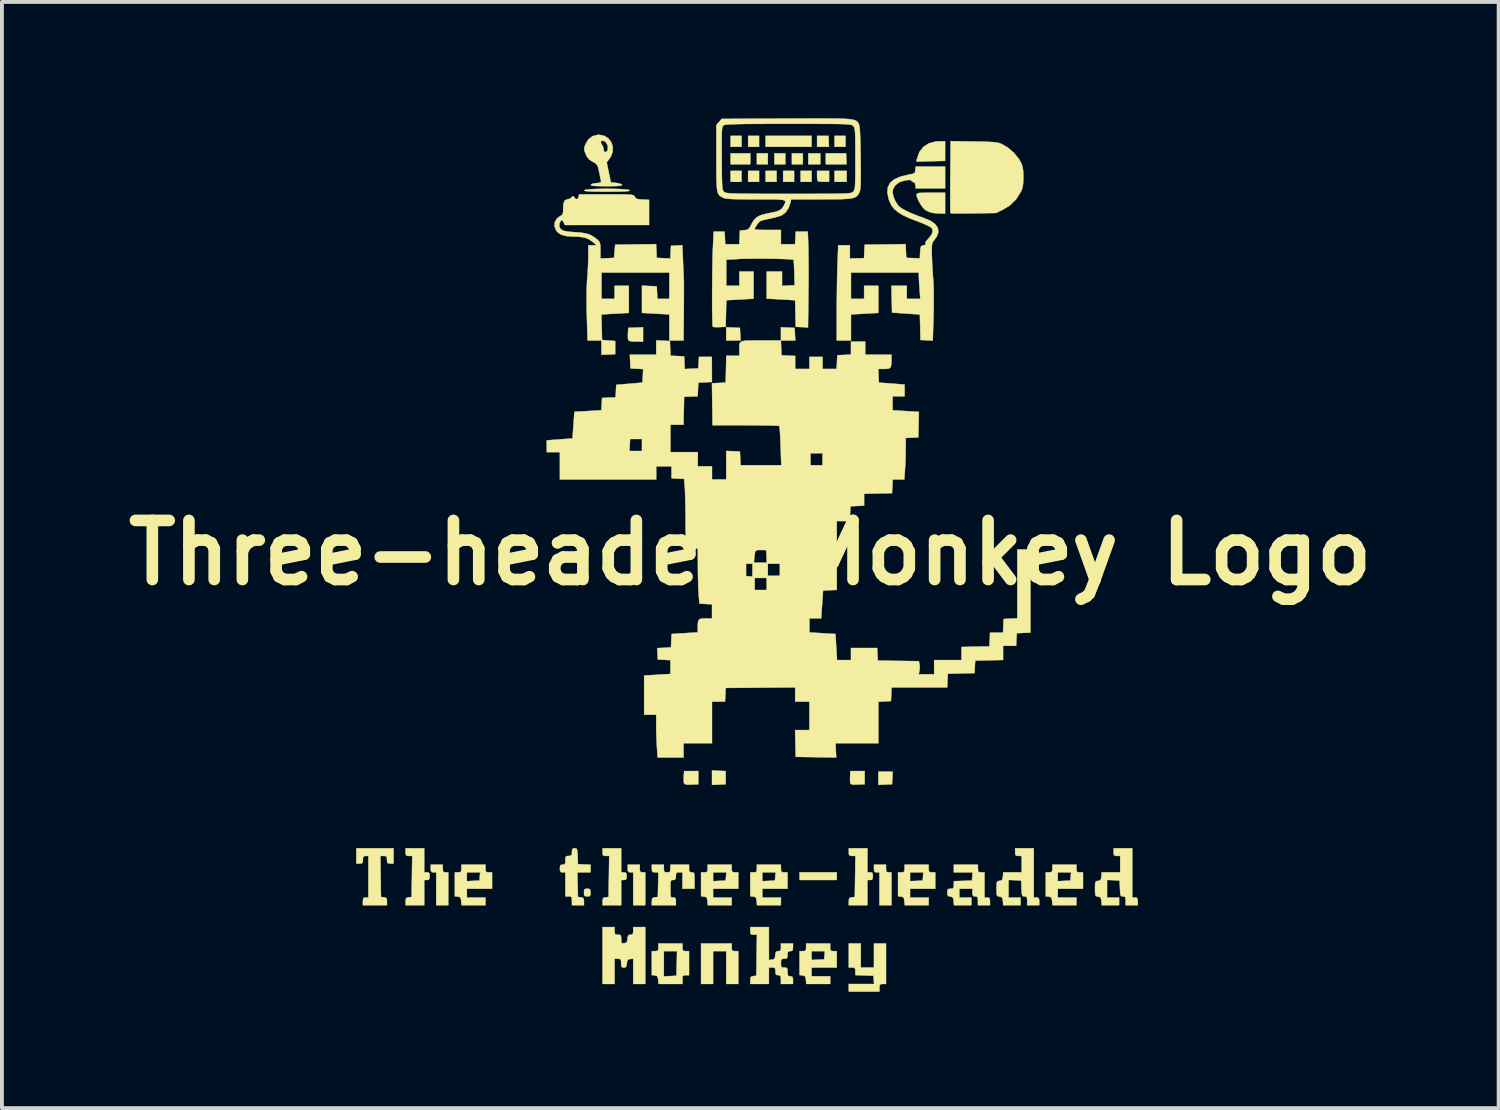
<source format=kicad_pcb>
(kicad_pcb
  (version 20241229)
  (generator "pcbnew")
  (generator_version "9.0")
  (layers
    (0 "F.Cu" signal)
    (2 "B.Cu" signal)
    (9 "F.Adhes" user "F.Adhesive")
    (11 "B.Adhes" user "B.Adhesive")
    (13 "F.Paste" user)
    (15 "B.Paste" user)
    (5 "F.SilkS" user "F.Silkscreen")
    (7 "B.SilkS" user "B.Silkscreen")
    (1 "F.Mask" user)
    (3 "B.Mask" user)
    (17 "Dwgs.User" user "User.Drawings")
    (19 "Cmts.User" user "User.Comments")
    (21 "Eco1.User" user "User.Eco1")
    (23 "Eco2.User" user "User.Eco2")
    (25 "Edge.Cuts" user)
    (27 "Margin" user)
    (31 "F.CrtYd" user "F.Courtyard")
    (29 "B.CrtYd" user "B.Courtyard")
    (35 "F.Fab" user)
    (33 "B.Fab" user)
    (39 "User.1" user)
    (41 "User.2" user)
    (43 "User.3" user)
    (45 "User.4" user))
  (footprint "Three-headed Monkey Logo"
    (layer "F.Cu")
    (at 16.3 11.206)
    (property "Reference" "Three-headed Monkey Logo" (at 0 0 0) (layer "F.SilkS") (effects (font (size 1.524 1.524) (thickness 0.3))))
    (attr through_hole)
    (fp_poly (pts (xy -0.226 -10.47) (xy -0.508 -10.47) (xy -0.508 -10.753) (xy -0.226 -10.753) (xy -0.226 -10.47)) (stroke (width 0.01) (type solid)) (fill yes) (layer "F.SilkS"))
    (fp_poly (pts (xy -0.226 -9.567) (xy -0.508 -9.567) (xy -0.508 -9.85) (xy -0.226 -9.85) (xy -0.226 -9.567)) (stroke (width 0.01) (type solid)) (fill yes) (layer "F.SilkS"))
    (fp_poly (pts (xy 0 -10.019) (xy -0.508 -10.019) (xy -0.508 -10.301) (xy 0 -10.301) (xy 0 -10.019)) (stroke (width 0.01) (type solid)) (fill yes) (layer "F.SilkS"))
    (fp_poly (pts (xy 0.226 -10.47) (xy -0.056 -10.47) (xy -0.056 -10.753) (xy 0.226 -10.753) (xy 0.226 -10.47)) (stroke (width 0.01) (type solid)) (fill yes) (layer "F.SilkS"))
    (fp_poly (pts (xy 0.226 -9.567) (xy -0.056 -9.567) (xy -0.056 -9.85) (xy 0.226 -9.85) (xy 0.226 -9.567)) (stroke (width 0.01) (type solid)) (fill yes) (layer "F.SilkS"))
    (fp_poly (pts (xy 0.452 -10.019) (xy 0.169 -10.019) (xy 0.169 -10.301) (xy 0.452 -10.301) (xy 0.452 -10.019)) (stroke (width 0.01) (type solid)) (fill yes) (layer "F.SilkS"))
    (fp_poly (pts (xy 0.677 -9.567) (xy 0.395 -9.567) (xy 0.395 -9.85) (xy 0.677 -9.85) (xy 0.677 -9.567)) (stroke (width 0.01) (type solid)) (fill yes) (layer "F.SilkS"))
    (fp_poly (pts (xy 0.903 -10.019) (xy 0.621 -10.019) (xy 0.621 -10.301) (xy 0.903 -10.301) (xy 0.903 -10.019)) (stroke (width 0.01) (type solid)) (fill yes) (layer "F.SilkS"))
    (fp_poly (pts (xy 1.129 -9.567) (xy 0.847 -9.567) (xy 0.847 -9.85) (xy 1.129 -9.85) (xy 1.129 -9.567)) (stroke (width 0.01) (type solid)) (fill yes) (layer "F.SilkS"))
    (fp_poly (pts (xy 1.355 -10.019) (xy 1.072 -10.019) (xy 1.072 -10.301) (xy 1.355 -10.301) (xy 1.355 -10.019)) (stroke (width 0.01) (type solid)) (fill yes) (layer "F.SilkS"))
    (fp_poly (pts (xy 1.58 -10.47) (xy 0.395 -10.47) (xy 0.395 -10.753) (xy 1.58 -10.753) (xy 1.58 -10.47)) (stroke (width 0.01) (type solid)) (fill yes) (layer "F.SilkS"))
    (fp_poly (pts (xy 1.58 -9.567) (xy 1.298 -9.567) (xy 1.298 -9.85) (xy 1.58 -9.85) (xy 1.58 -9.567)) (stroke (width 0.01) (type solid)) (fill yes) (layer "F.SilkS"))
    (fp_poly (pts (xy 1.806 -10.019) (xy 1.496 -10.019) (xy 1.496 -10.301) (xy 1.806 -10.301) (xy 1.806 -10.019)) (stroke (width 0.01) (type solid)) (fill yes) (layer "F.SilkS"))
    (fp_poly (pts (xy 2.23 8.438) (xy 1.27 8.438) (xy 1.27 8.241) (xy 2.23 8.241) (xy 2.23 8.438)) (stroke (width 0.01) (type solid)) (fill yes) (layer "F.SilkS"))
    (fp_poly (pts (xy 2.455 -10.47) (xy 2.173 -10.47) (xy 2.173 -10.753) (xy 2.455 -10.753) (xy 2.455 -10.47)) (stroke (width 0.01) (type solid)) (fill yes) (layer "F.SilkS"))
    (fp_poly (pts (xy 2.484 -9.567) (xy 2.173 -9.567) (xy 2.173 -9.85) (xy 2.484 -9.85) (xy 2.484 -9.567)) (stroke (width 0.01) (type solid)) (fill yes) (layer "F.SilkS"))
    (fp_poly (pts (xy 3.655 5.969) (xy 3.302 5.986) (xy 3.302 5.644) (xy 3.672 5.644) (xy 3.655 5.969)) (stroke (width 0.01) (type solid)) (fill yes) (layer "F.SilkS"))
    (fp_poly (pts (xy -0.445 -5.808) (xy -0.268 -5.8) (xy -0.251 -5.475) (xy -0.621 -5.475) (xy -0.621 -5.816) (xy -0.445 -5.808)) (stroke (width 0.01) (type solid)) (fill yes) (layer "F.SilkS"))
    (fp_poly (pts (xy 0.967 -5.808) (xy 1.143 -5.8) (xy 1.16 -5.475) (xy 0.79 -5.475) (xy 0.79 -5.816) (xy 0.967 -5.808)) (stroke (width 0.01) (type solid)) (fill yes) (layer "F.SilkS"))
    (fp_poly (pts (xy 2.208 -10.301) (xy 2.469 -10.301) (xy 2.483 -10.019) (xy 1.947 -10.019) (xy 1.947 -10.301) (xy 2.208 -10.301)) (stroke (width 0.01) (type solid)) (fill yes) (layer "F.SilkS"))
    (fp_poly (pts (xy -0.811 5.622) (xy -0.635 5.63) (xy -0.635 5.969) (xy -0.811 5.977) (xy -0.988 5.986) (xy -0.988 5.614) (xy -0.811 5.622)) (stroke (width 0.01) (type solid)) (fill yes) (layer "F.SilkS"))
    (fp_poly (pts (xy 1.87 -10.752) (xy 2.018 -10.752) (xy 2.023 -10.611) (xy 2.028 -10.47) (xy 1.722 -10.47) (xy 1.722 -10.753) (xy 1.87 -10.752)) (stroke (width 0.01) (type solid)) (fill yes) (layer "F.SilkS"))
    (fp_poly (pts (xy -2.766 -5.447) (xy -2.95 -5.447) (xy -3.064 -5.451) (xy -3.128 -5.466) (xy -3.149 -5.486) (xy -3.156 -5.536) (xy -3.157 -5.618) (xy -3.156 -5.662) (xy -3.147 -5.8) (xy -2.766 -5.816) (xy -2.766 -5.447)) (stroke (width 0.01) (type solid)) (fill yes) (layer "F.SilkS"))
    (fp_poly (pts (xy 2.032 -9.567) (xy 1.896 -9.567) (xy 1.812 -9.571) (xy 1.754 -9.58) (xy 1.74 -9.586) (xy 1.729 -9.624) (xy 1.722 -9.696) (xy 1.722 -9.727) (xy 1.722 -9.85) (xy 2.032 -9.85) (xy 2.032 -9.567)) (stroke (width 0.01) (type solid)) (fill yes) (layer "F.SilkS"))
    (fp_poly (pts (xy 5.024 -10.107) (xy 4.654 -10.098) (xy 4.285 -10.089) (xy 4.302 -10.172) (xy 4.361 -10.336) (xy 4.462 -10.466) (xy 4.6 -10.557) (xy 4.769 -10.605) (xy 4.863 -10.612) (xy 5.024 -10.612) (xy 5.024 -10.107)) (stroke (width 0.01) (type solid)) (fill yes) (layer "F.SilkS"))
    (fp_poly (pts (xy -1.341 5.969) (xy -1.517 5.977) (xy -1.623 5.979) (xy -1.683 5.969) (xy -1.709 5.946) (xy -1.709 5.946) (xy -1.717 5.895) (xy -1.718 5.812) (xy -1.716 5.768) (xy -1.707 5.63) (xy -1.341 5.63) (xy -1.341 5.969)) (stroke (width 0.01) (type solid)) (fill yes) (layer "F.SilkS"))
    (fp_poly (pts (xy 2.949 5.969) (xy 2.772 5.977) (xy 2.667 5.979) (xy 2.606 5.969) (xy 2.581 5.946) (xy 2.58 5.946) (xy 2.573 5.895) (xy 2.572 5.812) (xy 2.574 5.768) (xy 2.582 5.63) (xy 2.949 5.63) (xy 2.949 5.969)) (stroke (width 0.01) (type solid)) (fill yes) (layer "F.SilkS"))
    (fp_poly (pts (xy -4.148 8.67) (xy -4.125 8.698) (xy -4.12 8.763) (xy -4.125 8.829) (xy -4.149 8.857) (xy -4.205 8.862) (xy -4.262 8.856) (xy -4.285 8.828) (xy -4.29 8.763) (xy -4.285 8.697) (xy -4.261 8.669) (xy -4.205 8.664) (xy -4.148 8.67)) (stroke (width 0.01) (type solid)) (fill yes) (layer "F.SilkS"))
    (fp_poly (pts (xy -0.48 10.174) (xy -0.475 10.24) (xy -0.451 10.268) (xy -0.395 10.273) (xy -0.31 10.273) (xy -0.31 11.12) (xy -0.621 11.12) (xy -0.621 10.273) (xy -0.96 10.273) (xy -0.96 11.12) (xy -1.27 11.12) (xy -1.27 10.075) (xy -0.48 10.075) (xy -0.48 10.174)) (stroke (width 0.01) (type solid)) (fill yes) (layer "F.SilkS"))
    (fp_poly (pts (xy -7.93 8.142) (xy -7.925 8.209) (xy -7.901 8.236) (xy -7.86 8.241) (xy -7.789 8.241) (xy -7.789 9.088) (xy -8.1 9.088) (xy -8.1 8.241) (xy -8.17 8.241) (xy -8.218 8.234) (xy -8.238 8.2) (xy -8.241 8.142) (xy -8.241 8.043) (xy -7.93 8.043) (xy -7.93 8.142)) (stroke (width 0.01) (type solid)) (fill yes) (layer "F.SilkS"))
    (fp_poly (pts (xy -2.85 8.142) (xy -2.845 8.209) (xy -2.821 8.236) (xy -2.78 8.241) (xy -2.709 8.241) (xy -2.709 9.088) (xy -3.02 9.088) (xy -3.02 8.241) (xy -3.09 8.241) (xy -3.138 8.234) (xy -3.158 8.2) (xy -3.161 8.142) (xy -3.161 8.043) (xy -2.85 8.043) (xy -2.85 8.142)) (stroke (width 0.01) (type solid)) (fill yes) (layer "F.SilkS"))
    (fp_poly (pts (xy 3.5 8.142) (xy 3.505 8.209) (xy 3.529 8.236) (xy 3.57 8.241) (xy 3.641 8.241) (xy 3.641 9.088) (xy 3.33 9.088) (xy 3.33 8.241) (xy 3.26 8.241) (xy 3.212 8.234) (xy 3.192 8.2) (xy 3.189 8.142) (xy 3.189 8.043) (xy 3.5 8.043) (xy 3.5 8.142)) (stroke (width 0.01) (type solid)) (fill yes) (layer "F.SilkS"))
    (fp_poly (pts (xy 5.024 -8.749) (xy 4.875 -8.751) (xy 4.774 -8.757) (xy 4.686 -8.769) (xy 4.654 -8.776) (xy 4.574 -8.809) (xy 4.51 -8.844) (xy 4.452 -8.901) (xy 4.389 -8.989) (xy 4.334 -9.088) (xy 4.298 -9.179) (xy 4.29 -9.225) (xy 4.292 -9.25) (xy 4.306 -9.266) (xy 4.339 -9.277) (xy 4.402 -9.282) (xy 4.503 -9.285) (xy 4.651 -9.285) (xy 5.024 -9.285) (xy 5.024 -8.749)) (stroke (width 0.01) (type solid)) (fill yes) (layer "F.SilkS"))
    (fp_poly (pts (xy -8.41 8.241) (xy -8.34 8.241) (xy -8.292 8.248) (xy -8.272 8.281) (xy -8.269 8.34) (xy -8.274 8.406) (xy -8.298 8.434) (xy -8.34 8.438) (xy -8.41 8.438) (xy -8.41 9.088) (xy -8.89 9.088) (xy -8.89 8.991) (xy -8.884 8.924) (xy -8.857 8.894) (xy -8.812 8.885) (xy -8.735 8.876) (xy -8.719 7.818) (xy -8.805 7.818) (xy -8.862 7.812) (xy -8.886 7.784) (xy -8.89 7.719) (xy -8.89 7.62) (xy -8.41 7.62) (xy -8.41 8.241)) (stroke (width 0.01) (type solid)) (fill yes) (layer "F.SilkS"))
    (fp_poly (pts (xy -3.612 -9.386) (xy -3.459 -9.384) (xy -3.322 -9.379) (xy -3.212 -9.371) (xy -3.138 -9.36) (xy -3.111 -9.349) (xy -3.119 -9.336) (xy -3.156 -9.327) (xy -3.227 -9.321) (xy -3.338 -9.316) (xy -3.495 -9.314) (xy -3.697 -9.313) (xy -3.903 -9.314) (xy -4.059 -9.316) (xy -4.169 -9.321) (xy -4.239 -9.327) (xy -4.275 -9.337) (xy -4.283 -9.349) (xy -4.252 -9.361) (xy -4.174 -9.371) (xy -4.061 -9.379) (xy -3.923 -9.384) (xy -3.77 -9.387) (xy -3.612 -9.386)) (stroke (width 0.01) (type solid)) (fill yes) (layer "F.SilkS"))
    (fp_poly (pts (xy -3.33 8.241) (xy -3.26 8.241) (xy -3.212 8.248) (xy -3.192 8.281) (xy -3.189 8.34) (xy -3.194 8.406) (xy -3.218 8.434) (xy -3.26 8.438) (xy -3.33 8.438) (xy -3.33 9.088) (xy -3.81 9.088) (xy -3.81 8.991) (xy -3.804 8.924) (xy -3.777 8.894) (xy -3.732 8.885) (xy -3.655 8.876) (xy -3.639 7.818) (xy -3.725 7.818) (xy -3.782 7.812) (xy -3.806 7.784) (xy -3.81 7.719) (xy -3.81 7.62) (xy -3.33 7.62) (xy -3.33 8.241)) (stroke (width 0.01) (type solid)) (fill yes) (layer "F.SilkS"))
    (fp_poly (pts (xy 2.85 10.696) (xy 3.189 10.696) (xy 3.189 10.075) (xy 3.5 10.075) (xy 3.5 11.12) (xy 3.415 11.12) (xy 3.358 11.125) (xy 3.335 11.153) (xy 3.33 11.218) (xy 3.33 11.317) (xy 2.54 11.317) (xy 2.54 11.12) (xy 3.193 11.12) (xy 3.184 11.014) (xy 3.175 10.908) (xy 2.709 10.891) (xy 2.709 10.794) (xy 2.704 10.728) (xy 2.68 10.701) (xy 2.625 10.696) (xy 2.54 10.696) (xy 2.54 10.075) (xy 2.85 10.075) (xy 2.85 10.696)) (stroke (width 0.01) (type solid)) (fill yes) (layer "F.SilkS"))
    (fp_poly (pts (xy 3.02 8.241) (xy 3.09 8.241) (xy 3.138 8.248) (xy 3.158 8.281) (xy 3.161 8.34) (xy 3.156 8.406) (xy 3.132 8.434) (xy 3.09 8.438) (xy 3.02 8.438) (xy 3.02 9.088) (xy 2.54 9.088) (xy 2.54 8.991) (xy 2.546 8.924) (xy 2.573 8.894) (xy 2.618 8.885) (xy 2.695 8.876) (xy 2.711 7.818) (xy 2.625 7.818) (xy 2.568 7.812) (xy 2.544 7.784) (xy 2.54 7.719) (xy 2.54 7.62) (xy 3.02 7.62) (xy 3.02 8.241)) (stroke (width 0.01) (type solid)) (fill yes) (layer "F.SilkS"))
    (fp_poly (pts (xy -6.83 8.142) (xy -6.825 8.208) (xy -6.801 8.236) (xy -6.745 8.241) (xy -6.66 8.241) (xy -6.66 8.664) (xy -7.31 8.664) (xy -7.31 8.89) (xy -6.83 8.89) (xy -6.83 9.088) (xy -7.447 9.088) (xy -7.456 8.982) (xy -7.468 8.91) (xy -7.495 8.878) (xy -7.542 8.867) (xy -7.62 8.858) (xy -7.62 8.241) (xy -7.535 8.241) (xy -7.31 8.241) (xy -7.31 8.469) (xy -7.147 8.461) (xy -6.985 8.453) (xy -6.976 8.347) (xy -6.967 8.241) (xy -7.31 8.241) (xy -7.535 8.241) (xy -7.478 8.235) (xy -7.455 8.207) (xy -7.451 8.142) (xy -7.451 8.043) (xy -6.83 8.043) (xy -6.83 8.142)) (stroke (width 0.01) (type solid)) (fill yes) (layer "F.SilkS"))
    (fp_poly (pts (xy -0.48 8.142) (xy -0.475 8.208) (xy -0.451 8.236) (xy -0.395 8.241) (xy -0.31 8.241) (xy -0.31 8.664) (xy -0.96 8.664) (xy -0.96 8.89) (xy -0.48 8.89) (xy -0.48 9.088) (xy -1.097 9.088) (xy -1.106 8.982) (xy -1.118 8.91) (xy -1.145 8.878) (xy -1.192 8.867) (xy -1.27 8.858) (xy -1.27 8.241) (xy -1.185 8.241) (xy -0.96 8.241) (xy -0.96 8.469) (xy -0.797 8.461) (xy -0.635 8.453) (xy -0.626 8.347) (xy -0.617 8.241) (xy -0.96 8.241) (xy -1.185 8.241) (xy -1.128 8.235) (xy -1.105 8.207) (xy -1.101 8.142) (xy -1.101 8.043) (xy -0.48 8.043) (xy -0.48 8.142)) (stroke (width 0.01) (type solid)) (fill yes) (layer "F.SilkS"))
    (fp_poly (pts (xy 0.79 8.142) (xy 0.795 8.208) (xy 0.819 8.236) (xy 0.875 8.241) (xy 0.96 8.241) (xy 0.96 8.664) (xy 0.31 8.664) (xy 0.31 8.89) (xy 0.79 8.89) (xy 0.79 9.088) (xy 0.173 9.088) (xy 0.164 8.982) (xy 0.152 8.91) (xy 0.125 8.878) (xy 0.078 8.867) (xy 0 8.858) (xy 0 8.241) (xy 0.085 8.241) (xy 0.31 8.241) (xy 0.31 8.469) (xy 0.473 8.461) (xy 0.635 8.453) (xy 0.644 8.347) (xy 0.653 8.241) (xy 0.31 8.241) (xy 0.085 8.241) (xy 0.142 8.235) (xy 0.165 8.207) (xy 0.169 8.142) (xy 0.169 8.043) (xy 0.79 8.043) (xy 0.79 8.142)) (stroke (width 0.01) (type solid)) (fill yes) (layer "F.SilkS"))
    (fp_poly (pts (xy 2.06 10.174) (xy 2.065 10.24) (xy 2.089 10.268) (xy 2.145 10.273) (xy 2.23 10.273) (xy 2.23 10.696) (xy 1.58 10.696) (xy 1.58 10.922) (xy 2.06 10.922) (xy 2.06 11.12) (xy 1.443 11.12) (xy 1.434 11.014) (xy 1.422 10.942) (xy 1.395 10.91) (xy 1.348 10.899) (xy 1.27 10.89) (xy 1.27 10.273) (xy 1.355 10.273) (xy 1.58 10.273) (xy 1.58 10.501) (xy 1.743 10.493) (xy 1.905 10.485) (xy 1.914 10.379) (xy 1.923 10.273) (xy 1.58 10.273) (xy 1.355 10.273) (xy 1.412 10.267) (xy 1.435 10.239) (xy 1.439 10.174) (xy 1.439 10.075) (xy 2.06 10.075) (xy 2.06 10.174)) (stroke (width 0.01) (type solid)) (fill yes) (layer "F.SilkS"))
    (fp_poly (pts (xy 4.6 8.142) (xy 4.605 8.208) (xy 4.629 8.236) (xy 4.685 8.241) (xy 4.77 8.241) (xy 4.77 8.664) (xy 4.12 8.664) (xy 4.12 8.89) (xy 4.6 8.89) (xy 4.6 9.088) (xy 3.983 9.088) (xy 3.974 8.982) (xy 3.962 8.91) (xy 3.935 8.878) (xy 3.888 8.867) (xy 3.81 8.858) (xy 3.81 8.241) (xy 3.895 8.241) (xy 4.12 8.241) (xy 4.12 8.469) (xy 4.283 8.461) (xy 4.445 8.453) (xy 4.454 8.347) (xy 4.463 8.241) (xy 4.12 8.241) (xy 3.895 8.241) (xy 3.952 8.235) (xy 3.975 8.207) (xy 3.979 8.142) (xy 3.979 8.043) (xy 4.6 8.043) (xy 4.6 8.142)) (stroke (width 0.01) (type solid)) (fill yes) (layer "F.SilkS"))
    (fp_poly (pts (xy 8.41 8.142) (xy 8.415 8.208) (xy 8.439 8.236) (xy 8.495 8.241) (xy 8.58 8.241) (xy 8.58 8.664) (xy 7.93 8.664) (xy 7.93 8.89) (xy 8.41 8.89) (xy 8.41 9.088) (xy 7.793 9.088) (xy 7.784 8.982) (xy 7.772 8.91) (xy 7.745 8.878) (xy 7.698 8.867) (xy 7.62 8.858) (xy 7.62 8.241) (xy 7.705 8.241) (xy 7.93 8.241) (xy 7.93 8.469) (xy 8.093 8.461) (xy 8.255 8.453) (xy 8.264 8.347) (xy 8.273 8.241) (xy 7.93 8.241) (xy 7.705 8.241) (xy 7.762 8.235) (xy 7.785 8.207) (xy 7.789 8.142) (xy 7.789 8.043) (xy 8.41 8.043) (xy 8.41 8.142)) (stroke (width 0.01) (type solid)) (fill yes) (layer "F.SilkS"))
    (fp_poly (pts (xy -9.2 8.015) (xy -9.285 8.015) (xy -9.342 8.01) (xy -9.365 7.982) (xy -9.37 7.916) (xy -9.374 7.85) (xy -9.398 7.823) (xy -9.455 7.818) (xy -9.54 7.818) (xy -9.525 8.876) (xy -9.447 8.885) (xy -9.394 8.899) (xy -9.373 8.935) (xy -9.37 8.991) (xy -9.37 9.088) (xy -9.991 9.088) (xy -9.991 8.989) (xy -9.985 8.922) (xy -9.962 8.895) (xy -9.92 8.89) (xy -9.85 8.89) (xy -9.85 7.818) (xy -9.92 7.818) (xy -9.968 7.825) (xy -9.987 7.858) (xy -9.991 7.916) (xy -9.995 7.983) (xy -10.019 8.01) (xy -10.075 8.015) (xy -10.16 8.015) (xy -10.16 7.62) (xy -9.2 7.62) (xy -9.2 8.015)) (stroke (width 0.01) (type solid)) (fill yes) (layer "F.SilkS"))
    (fp_poly (pts (xy -1.75 10.174) (xy -1.745 10.24) (xy -1.721 10.268) (xy -1.665 10.273) (xy -1.58 10.273) (xy -1.58 10.894) (xy -1.665 10.894) (xy -1.719 10.898) (xy -1.744 10.922) (xy -1.75 10.982) (xy -1.75 11.007) (xy -1.75 11.12) (xy -2.367 11.12) (xy -2.376 11.014) (xy -2.388 10.942) (xy -2.415 10.91) (xy -2.462 10.899) (xy -2.54 10.89) (xy -2.54 10.273) (xy -2.455 10.273) (xy -2.23 10.273) (xy -2.23 10.925) (xy -2.067 10.916) (xy -1.905 10.908) (xy -1.889 10.273) (xy -2.23 10.273) (xy -2.455 10.273) (xy -2.398 10.267) (xy -2.375 10.239) (xy -2.371 10.174) (xy -2.371 10.075) (xy -1.75 10.075) (xy -1.75 10.174)) (stroke (width 0.01) (type solid)) (fill yes) (layer "F.SilkS"))
    (fp_poly (pts (xy 5.765 -10.607) (xy 5.968 -10.603) (xy 6.123 -10.599) (xy 6.239 -10.593) (xy 6.325 -10.585) (xy 6.39 -10.574) (xy 6.442 -10.559) (xy 6.491 -10.539) (xy 6.496 -10.536) (xy 6.654 -10.441) (xy 6.803 -10.308) (xy 6.925 -10.159) (xy 6.966 -10.091) (xy 7.003 -10.011) (xy 7.026 -9.936) (xy 7.037 -9.847) (xy 7.041 -9.723) (xy 7.041 -9.694) (xy 7.038 -9.557) (xy 7.028 -9.457) (xy 7.006 -9.376) (xy 6.978 -9.311) (xy 6.853 -9.114) (xy 6.694 -8.959) (xy 6.526 -8.856) (xy 6.337 -8.763) (xy 5.758 -8.754) (xy 5.583 -8.752) (xy 5.427 -8.751) (xy 5.301 -8.752) (xy 5.211 -8.754) (xy 5.167 -8.758) (xy 5.164 -8.759) (xy 5.161 -8.789) (xy 5.159 -8.869) (xy 5.157 -8.993) (xy 5.156 -9.152) (xy 5.156 -9.341) (xy 5.157 -9.552) (xy 5.158 -9.694) (xy 5.166 -10.616) (xy 5.765 -10.607)) (stroke (width 0.01) (type solid)) (fill yes) (layer "F.SilkS"))
    (fp_poly (pts (xy -4.495 7.623) (xy -4.474 7.641) (xy -4.462 7.686) (xy -4.456 7.769) (xy -4.453 7.825) (xy -4.445 8.029) (xy -4.12 8.046) (xy -4.12 8.241) (xy -4.461 8.241) (xy -4.453 8.558) (xy -4.445 8.876) (xy -4.367 8.885) (xy -4.314 8.899) (xy -4.293 8.935) (xy -4.29 8.991) (xy -4.29 9.088) (xy -4.6 9.088) (xy -4.6 8.975) (xy -4.604 8.902) (xy -4.622 8.87) (xy -4.667 8.862) (xy -4.685 8.862) (xy -4.77 8.862) (xy -4.77 8.241) (xy -4.84 8.241) (xy -4.888 8.234) (xy -4.907 8.2) (xy -4.911 8.142) (xy -4.905 8.075) (xy -4.882 8.048) (xy -4.84 8.043) (xy -4.795 8.037) (xy -4.774 8.008) (xy -4.77 7.94) (xy -4.77 7.93) (xy -4.766 7.858) (xy -4.748 7.826) (xy -4.703 7.818) (xy -4.685 7.818) (xy -4.628 7.812) (xy -4.605 7.784) (xy -4.6 7.719) (xy -4.595 7.652) (xy -4.571 7.625) (xy -4.531 7.62) (xy -4.495 7.623)) (stroke (width 0.01) (type solid)) (fill yes) (layer "F.SilkS"))
    (fp_poly (pts (xy -3.5 9.751) (xy -3.495 9.817) (xy -3.471 9.844) (xy -3.415 9.85) (xy -3.361 9.854) (xy -3.337 9.878) (xy -3.33 9.937) (xy -3.33 9.964) (xy -3.327 10.037) (xy -3.311 10.068) (xy -3.271 10.072) (xy -3.253 10.07) (xy -3.2 10.056) (xy -3.176 10.019) (xy -3.166 9.955) (xy -3.155 9.885) (xy -3.13 9.855) (xy -3.089 9.85) (xy -3.042 9.842) (xy -3.023 9.808) (xy -3.02 9.751) (xy -3.02 9.652) (xy -2.709 9.652) (xy -2.709 11.12) (xy -3.02 11.12) (xy -3.02 10.467) (xy -3.097 10.476) (xy -3.15 10.489) (xy -3.174 10.527) (xy -3.184 10.59) (xy -3.195 10.661) (xy -3.22 10.691) (xy -3.261 10.696) (xy -3.306 10.69) (xy -3.326 10.66) (xy -3.33 10.591) (xy -3.33 10.583) (xy -3.334 10.511) (xy -3.352 10.479) (xy -3.397 10.471) (xy -3.415 10.47) (xy -3.5 10.47) (xy -3.5 11.12) (xy -3.81 11.12) (xy -3.81 9.652) (xy -3.5 9.652) (xy -3.5 9.751)) (stroke (width 0.01) (type solid)) (fill yes) (layer "F.SilkS"))
    (fp_poly (pts (xy 5.87 8.142) (xy 5.875 8.208) (xy 5.899 8.236) (xy 5.955 8.241) (xy 6.04 8.241) (xy 6.04 8.89) (xy 6.11 8.89) (xy 6.158 8.897) (xy 6.177 8.931) (xy 6.181 8.989) (xy 6.181 9.088) (xy 5.87 9.088) (xy 5.87 8.975) (xy 5.866 8.902) (xy 5.848 8.87) (xy 5.806 8.862) (xy 5.8 8.862) (xy 5.752 8.854) (xy 5.732 8.821) (xy 5.729 8.763) (xy 5.729 8.664) (xy 5.39 8.664) (xy 5.39 8.89) (xy 5.701 8.89) (xy 5.701 9.088) (xy 5.253 9.088) (xy 5.244 8.982) (xy 5.232 8.91) (xy 5.205 8.878) (xy 5.158 8.867) (xy 5.105 8.853) (xy 5.083 8.817) (xy 5.08 8.761) (xy 5.085 8.696) (xy 5.11 8.669) (xy 5.165 8.664) (xy 5.222 8.659) (xy 5.245 8.63) (xy 5.249 8.567) (xy 5.249 8.469) (xy 5.715 8.453) (xy 5.724 8.347) (xy 5.733 8.241) (xy 5.249 8.241) (xy 5.249 8.043) (xy 5.87 8.043) (xy 5.87 8.142)) (stroke (width 0.01) (type solid)) (fill yes) (layer "F.SilkS"))
    (fp_poly (pts (xy 7.31 8.89) (xy 7.38 8.89) (xy 7.428 8.897) (xy 7.447 8.931) (xy 7.451 8.989) (xy 7.451 9.088) (xy 7.14 9.088) (xy 7.14 8.975) (xy 7.136 8.902) (xy 7.118 8.87) (xy 7.076 8.862) (xy 7.071 8.862) (xy 7.035 8.859) (xy 7.014 8.841) (xy 7.002 8.796) (xy 6.996 8.713) (xy 6.993 8.657) (xy 6.985 8.453) (xy 6.823 8.444) (xy 6.66 8.436) (xy 6.66 8.89) (xy 6.971 8.89) (xy 6.971 9.088) (xy 6.523 9.088) (xy 6.514 8.982) (xy 6.502 8.91) (xy 6.475 8.878) (xy 6.428 8.867) (xy 6.387 8.86) (xy 6.364 8.841) (xy 6.353 8.798) (xy 6.35 8.717) (xy 6.35 8.664) (xy 6.351 8.562) (xy 6.357 8.503) (xy 6.374 8.475) (xy 6.406 8.464) (xy 6.428 8.461) (xy 6.48 8.448) (xy 6.505 8.411) (xy 6.514 8.347) (xy 6.523 8.241) (xy 6.999 8.241) (xy 6.999 7.818) (xy 6.914 7.818) (xy 6.858 7.812) (xy 6.834 7.784) (xy 6.83 7.719) (xy 6.83 7.62) (xy 7.31 7.62) (xy 7.31 8.89)) (stroke (width 0.01) (type solid)) (fill yes) (layer "F.SilkS"))
    (fp_poly (pts (xy 9.85 8.89) (xy 9.92 8.89) (xy 9.968 8.897) (xy 9.987 8.931) (xy 9.991 8.989) (xy 9.991 9.088) (xy 9.68 9.088) (xy 9.68 8.975) (xy 9.676 8.902) (xy 9.658 8.87) (xy 9.616 8.862) (xy 9.611 8.862) (xy 9.575 8.859) (xy 9.554 8.841) (xy 9.542 8.796) (xy 9.536 8.713) (xy 9.533 8.657) (xy 9.525 8.453) (xy 9.363 8.444) (xy 9.2 8.436) (xy 9.2 8.89) (xy 9.511 8.89) (xy 9.511 9.088) (xy 9.063 9.088) (xy 9.054 8.982) (xy 9.042 8.91) (xy 9.015 8.878) (xy 8.968 8.867) (xy 8.927 8.86) (xy 8.904 8.841) (xy 8.893 8.798) (xy 8.89 8.717) (xy 8.89 8.664) (xy 8.891 8.562) (xy 8.897 8.503) (xy 8.914 8.475) (xy 8.946 8.464) (xy 8.968 8.461) (xy 9.02 8.448) (xy 9.045 8.411) (xy 9.054 8.347) (xy 9.063 8.241) (xy 9.539 8.241) (xy 9.539 7.818) (xy 9.454 7.818) (xy 9.398 7.812) (xy 9.374 7.784) (xy 9.37 7.719) (xy 9.37 7.62) (xy 9.85 7.62) (xy 9.85 8.89)) (stroke (width 0.01) (type solid)) (fill yes) (layer "F.SilkS"))
    (fp_poly (pts (xy -2.23 8.142) (xy -2.225 8.208) (xy -2.201 8.236) (xy -2.145 8.241) (xy -2.088 8.235) (xy -2.065 8.207) (xy -2.06 8.142) (xy -2.06 8.043) (xy -1.58 8.043) (xy -1.58 8.142) (xy -1.575 8.209) (xy -1.551 8.236) (xy -1.51 8.241) (xy -1.474 8.244) (xy -1.453 8.259) (xy -1.443 8.3) (xy -1.44 8.378) (xy -1.439 8.453) (xy -1.439 8.664) (xy -1.75 8.664) (xy -1.75 8.241) (xy -1.834 8.241) (xy -1.891 8.246) (xy -1.915 8.274) (xy -1.919 8.34) (xy -1.924 8.406) (xy -1.948 8.434) (xy -1.99 8.438) (xy -2.025 8.441) (xy -2.046 8.456) (xy -2.056 8.495) (xy -2.06 8.569) (xy -2.06 8.664) (xy -2.059 8.776) (xy -2.055 8.843) (xy -2.043 8.877) (xy -2.019 8.889) (xy -1.99 8.89) (xy -1.942 8.897) (xy -1.922 8.931) (xy -1.919 8.989) (xy -1.919 9.088) (xy -2.54 9.088) (xy -2.54 8.991) (xy -2.534 8.924) (xy -2.507 8.894) (xy -2.462 8.885) (xy -2.385 8.876) (xy -2.377 8.558) (xy -2.369 8.241) (xy -2.454 8.241) (xy -2.512 8.235) (xy -2.535 8.208) (xy -2.54 8.142) (xy -2.54 8.043) (xy -2.23 8.043) (xy -2.23 8.142)) (stroke (width 0.01) (type solid)) (fill yes) (layer "F.SilkS"))
    (fp_poly (pts (xy -3.771 -10.756) (xy -3.664 -10.69) (xy -3.587 -10.593) (xy -3.547 -10.475) (xy -3.548 -10.347) (xy -3.595 -10.219) (xy -3.625 -10.174) (xy -3.704 -10.069) (xy -3.651 -9.811) (xy -3.598 -9.553) (xy -3.459 -9.539) (xy -3.377 -9.524) (xy -3.321 -9.503) (xy -3.309 -9.49) (xy -3.317 -9.475) (xy -3.357 -9.465) (xy -3.435 -9.459) (xy -3.558 -9.455) (xy -3.711 -9.454) (xy -3.879 -9.456) (xy -3.997 -9.459) (xy -4.071 -9.466) (xy -4.107 -9.477) (xy -4.114 -9.49) (xy -4.081 -9.513) (xy -4.01 -9.529) (xy -3.97 -9.534) (xy -3.89 -9.541) (xy -3.854 -9.556) (xy -3.849 -9.586) (xy -3.853 -9.604) (xy -3.866 -9.665) (xy -3.885 -9.758) (xy -3.902 -9.841) (xy -3.924 -9.939) (xy -3.949 -9.999) (xy -3.989 -10.04) (xy -4.057 -10.08) (xy -4.064 -10.083) (xy -4.157 -10.145) (xy -4.218 -10.223) (xy -4.245 -10.28) (xy -4.276 -10.362) (xy -4.284 -10.42) (xy -4.271 -10.482) (xy -4.25 -10.538) (xy -4.208 -10.608) (xy -3.854 -10.608) (xy -3.85 -10.561) (xy -3.829 -10.532) (xy -3.793 -10.464) (xy -3.782 -10.403) (xy -3.773 -10.346) (xy -3.74 -10.334) (xy -3.733 -10.335) (xy -3.686 -10.367) (xy -3.674 -10.395) (xy -3.676 -10.492) (xy -3.713 -10.575) (xy -3.757 -10.613) (xy -3.82 -10.63) (xy -3.854 -10.608) (xy -4.208 -10.608) (xy -4.176 -10.663) (xy -4.067 -10.745) (xy -3.932 -10.78) (xy -3.905 -10.781) (xy -3.771 -10.756)) (stroke (width 0.01) (type solid)) (fill yes) (layer "F.SilkS"))
    (fp_poly (pts (xy 0.48 10.502) (xy 0.557 10.493) (xy 0.61 10.48) (xy 0.634 10.443) (xy 0.644 10.379) (xy 0.655 10.308) (xy 0.68 10.278) (xy 0.721 10.273) (xy 0.768 10.265) (xy 0.787 10.231) (xy 0.79 10.174) (xy 0.79 10.075) (xy 1.101 10.075) (xy 1.101 10.174) (xy 1.095 10.241) (xy 1.072 10.268) (xy 1.03 10.273) (xy 0.982 10.28) (xy 0.963 10.313) (xy 0.96 10.372) (xy 0.955 10.438) (xy 0.931 10.465) (xy 0.875 10.47) (xy 0.821 10.475) (xy 0.796 10.499) (xy 0.79 10.559) (xy 0.79 10.583) (xy 0.794 10.656) (xy 0.812 10.688) (xy 0.857 10.696) (xy 0.875 10.696) (xy 0.929 10.701) (xy 0.953 10.725) (xy 0.959 10.785) (xy 0.96 10.809) (xy 0.963 10.882) (xy 0.982 10.914) (xy 1.024 10.922) (xy 1.03 10.922) (xy 1.078 10.929) (xy 1.097 10.963) (xy 1.101 11.021) (xy 1.101 11.12) (xy 0.79 11.12) (xy 0.79 11.007) (xy 0.786 10.934) (xy 0.768 10.902) (xy 0.726 10.894) (xy 0.72 10.894) (xy 0.672 10.886) (xy 0.652 10.853) (xy 0.649 10.795) (xy 0.644 10.729) (xy 0.62 10.701) (xy 0.564 10.696) (xy 0.48 10.696) (xy 0.48 11.12) (xy 0 11.12) (xy 0 11.023) (xy 0.006 10.956) (xy 0.033 10.926) (xy 0.078 10.917) (xy 0.155 10.908) (xy 0.171 9.85) (xy 0.085 9.85) (xy 0.028 9.844) (xy 0.004 9.816) (xy 0 9.751) (xy 0 9.652) (xy 0.48 9.652) (xy 0.48 10.502)) (stroke (width 0.01) (type solid)) (fill yes) (layer "F.SilkS"))
    (fp_poly (pts (xy 5.024 -9.398) (xy 4.262 -9.398) (xy 4.262 -9.471) (xy 4.243 -9.537) (xy 4.205 -9.559) (xy 4.159 -9.583) (xy 4.149 -9.601) (xy 4.125 -9.615) (xy 4.064 -9.613) (xy 3.983 -9.6) (xy 3.898 -9.577) (xy 3.833 -9.55) (xy 3.734 -9.472) (xy 3.678 -9.369) (xy 3.67 -9.3) (xy 3.689 -9.19) (xy 3.74 -9.069) (xy 3.808 -8.963) (xy 3.842 -8.926) (xy 3.919 -8.872) (xy 4.039 -8.808) (xy 4.19 -8.741) (xy 4.36 -8.674) (xy 4.473 -8.635) (xy 4.647 -8.562) (xy 4.768 -8.476) (xy 4.836 -8.378) (xy 4.85 -8.269) (xy 4.808 -8.152) (xy 4.733 -8.05) (xy 4.707 -8.016) (xy 4.69 -7.974) (xy 4.682 -7.913) (xy 4.679 -7.819) (xy 4.681 -7.683) (xy 4.687 -7.518) (xy 4.697 -7.327) (xy 4.709 -7.14) (xy 4.716 -7.056) (xy 4.725 -6.91) (xy 4.73 -6.721) (xy 4.731 -6.503) (xy 4.729 -6.271) (xy 4.725 -6.102) (xy 4.705 -5.473) (xy 4.547 -5.481) (xy 4.389 -5.489) (xy 4.381 -5.817) (xy 4.373 -6.146) (xy 4.014 -6.17) (xy 3.655 -6.195) (xy 3.647 -6.54) (xy 3.64 -6.886) (xy 4.036 -6.886) (xy 4.036 -6.548) (xy 4.383 -6.548) (xy 4.365 -6.806) (xy 4.356 -6.931) (xy 4.35 -7.043) (xy 4.347 -7.125) (xy 4.346 -7.145) (xy 4.346 -7.225) (xy 2.596 -7.225) (xy 2.596 -6.548) (xy 2.935 -6.548) (xy 2.935 -6.886) (xy 3.302 -6.886) (xy 3.302 -6.187) (xy 2.949 -6.167) (xy 2.596 -6.147) (xy 2.596 -5.475) (xy 2.23 -5.475) (xy 2.23 -6.19) (xy 2.23 -6.424) (xy 2.233 -6.674) (xy 2.236 -6.924) (xy 2.241 -7.158) (xy 2.246 -7.357) (xy 2.248 -7.418) (xy 2.267 -7.93) (xy 2.568 -7.93) (xy 2.568 -7.591) (xy 2.75 -7.595) (xy 2.933 -7.599) (xy 2.941 -7.772) (xy 2.949 -7.945) (xy 3.477 -7.952) (xy 4.005 -7.96) (xy 4.013 -7.783) (xy 4.022 -7.606) (xy 4.372 -7.594) (xy 4.38 -7.755) (xy 4.387 -7.846) (xy 4.4 -7.896) (xy 4.427 -7.92) (xy 4.473 -7.931) (xy 4.527 -7.947) (xy 4.525 -7.966) (xy 4.522 -7.969) (xy 4.51 -7.994) (xy 4.537 -8.04) (xy 4.586 -8.095) (xy 4.671 -8.199) (xy 4.705 -8.285) (xy 4.689 -8.357) (xy 4.672 -8.381) (xy 4.626 -8.412) (xy 4.54 -8.455) (xy 4.428 -8.503) (xy 4.337 -8.538) (xy 4.115 -8.624) (xy 3.941 -8.704) (xy 3.809 -8.784) (xy 3.71 -8.868) (xy 3.637 -8.964) (xy 3.585 -9.076) (xy 3.568 -9.125) (xy 3.534 -9.29) (xy 3.547 -9.428) (xy 3.606 -9.542) (xy 3.715 -9.633) (xy 3.875 -9.702) (xy 4.086 -9.753) (xy 4.106 -9.756) (xy 4.19 -9.772) (xy 4.233 -9.794) (xy 4.251 -9.832) (xy 4.256 -9.871) (xy 4.265 -9.962) (xy 5.024 -9.962) (xy 5.024 -9.398)) (stroke (width 0.01) (type solid)) (fill yes) (layer "F.SilkS"))
    (fp_poly (pts (xy -3.494 -9.243) (xy -3.326 -9.242) (xy -3.201 -9.24) (xy -3.113 -9.236) (xy -3.053 -9.23) (xy -3.017 -9.221) (xy -2.996 -9.209) (xy -2.984 -9.193) (xy -2.978 -9.18) (xy -2.954 -9.144) (xy -2.911 -9.124) (xy -2.835 -9.113) (xy -2.781 -9.11) (xy -2.611 -9.102) (xy -2.611 -8.453) (xy -4.784 -8.453) (xy -4.812 -8.516) (xy -4.84 -8.565) (xy -4.86 -8.58) (xy -4.892 -8.556) (xy -4.919 -8.5) (xy -4.929 -8.437) (xy -4.925 -8.412) (xy -4.9 -8.36) (xy -4.857 -8.323) (xy -4.786 -8.297) (xy -4.678 -8.28) (xy -4.523 -8.268) (xy -4.52 -8.268) (xy -4.353 -8.254) (xy -4.227 -8.233) (xy -4.127 -8.199) (xy -4.037 -8.148) (xy -3.954 -8.084) (xy -3.909 -8.043) (xy -3.883 -8.002) (xy -3.87 -7.946) (xy -3.867 -7.857) (xy -3.866 -7.8) (xy -3.866 -7.589) (xy -3.514 -7.606) (xy -3.5 -7.775) (xy -3.485 -7.945) (xy -2.43 -7.96) (xy -2.421 -7.783) (xy -2.413 -7.606) (xy -2.238 -7.598) (xy -2.063 -7.589) (xy -2.046 -7.916) (xy -1.9 -7.925) (xy -1.754 -7.933) (xy -1.738 -7.572) (xy -1.732 -7.421) (xy -1.725 -7.279) (xy -1.72 -7.161) (xy -1.716 -7.084) (xy -1.714 -7.021) (xy -1.713 -6.911) (xy -1.713 -6.763) (xy -1.713 -6.586) (xy -1.714 -6.39) (xy -1.715 -6.216) (xy -1.722 -5.475) (xy -2.088 -5.475) (xy -2.088 -6.147) (xy -2.441 -6.167) (xy -2.794 -6.187) (xy -2.794 -6.889) (xy -2.603 -6.88) (xy -2.413 -6.872) (xy -2.405 -6.71) (xy -2.396 -6.548) (xy -2.088 -6.548) (xy -2.088 -7.225) (xy -3.838 -7.225) (xy -3.838 -6.548) (xy -3.5 -6.548) (xy -3.5 -6.886) (xy -3.133 -6.886) (xy -3.133 -6.187) (xy -3.486 -6.167) (xy -3.84 -6.147) (xy -3.824 -5.489) (xy -3.655 -5.475) (xy -3.485 -5.461) (xy -3.485 -5.122) (xy -3.662 -5.114) (xy -3.838 -5.106) (xy -3.838 -5.475) (xy -4.197 -5.475) (xy -4.216 -6.117) (xy -4.221 -6.345) (xy -4.222 -6.566) (xy -4.22 -6.769) (xy -4.214 -6.939) (xy -4.207 -7.056) (xy -4.194 -7.223) (xy -4.184 -7.412) (xy -4.178 -7.589) (xy -4.178 -7.641) (xy -4.177 -7.93) (xy -3.965 -7.933) (xy -4.064 -8.017) (xy -4.16 -8.085) (xy -4.27 -8.128) (xy -4.406 -8.15) (xy -4.566 -8.156) (xy -4.746 -8.168) (xy -4.879 -8.204) (xy -4.973 -8.268) (xy -5.004 -8.307) (xy -5.049 -8.419) (xy -5.042 -8.529) (xy -4.986 -8.623) (xy -4.91 -8.679) (xy -4.862 -8.708) (xy -4.837 -8.744) (xy -4.827 -8.803) (xy -4.826 -8.885) (xy -4.818 -9.005) (xy -4.79 -9.079) (xy -4.74 -9.112) (xy -4.704 -9.116) (xy -4.643 -9.137) (xy -4.61 -9.165) (xy -4.579 -9.199) (xy -4.556 -9.187) (xy -4.542 -9.165) (xy -4.497 -9.121) (xy -4.452 -9.126) (xy -4.426 -9.177) (xy -4.426 -9.179) (xy -4.417 -9.243) (xy -3.711 -9.243) (xy -3.494 -9.243)) (stroke (width 0.01) (type solid)) (fill yes) (layer "F.SilkS"))
    (fp_poly (pts (xy 2.078 -11.2) (xy 2.256 -11.197) (xy 2.4 -11.193) (xy 2.512 -11.187) (xy 2.599 -11.178) (xy 2.663 -11.166) (xy 2.709 -11.151) (xy 2.742 -11.133) (xy 2.765 -11.111) (xy 2.784 -11.084) (xy 2.8 -11.056) (xy 2.812 -11.018) (xy 2.822 -10.945) (xy 2.83 -10.834) (xy 2.836 -10.68) (xy 2.841 -10.478) (xy 2.845 -10.225) (xy 2.846 -10.184) (xy 2.848 -9.943) (xy 2.849 -9.753) (xy 2.848 -9.605) (xy 2.845 -9.494) (xy 2.84 -9.413) (xy 2.832 -9.355) (xy 2.821 -9.314) (xy 2.81 -9.289) (xy 2.783 -9.24) (xy 2.752 -9.202) (xy 2.711 -9.173) (xy 2.654 -9.151) (xy 2.574 -9.135) (xy 2.465 -9.125) (xy 2.32 -9.119) (xy 2.134 -9.117) (xy 1.899 -9.116) (xy 1.825 -9.116) (xy 1.051 -9.116) (xy 1.033 -9.024) (xy 0.988 -8.893) (xy 0.912 -8.781) (xy 0.82 -8.708) (xy 0.75 -8.68) (xy 0.646 -8.651) (xy 0.53 -8.624) (xy 0.524 -8.623) (xy 0.413 -8.599) (xy 0.319 -8.575) (xy 0.259 -8.554) (xy 0.255 -8.552) (xy 0.209 -8.511) (xy 0.159 -8.444) (xy 0.122 -8.377) (xy 0.113 -8.341) (xy 0.139 -8.335) (xy 0.211 -8.33) (xy 0.318 -8.327) (xy 0.448 -8.326) (xy 0.452 -8.326) (xy 0.79 -8.326) (xy 0.79 -7.959) (xy 1.154 -7.959) (xy 1.171 -8.283) (xy 1.482 -8.283) (xy 1.496 -7.916) (xy 1.499 -7.791) (xy 1.501 -7.621) (xy 1.502 -7.417) (xy 1.503 -7.19) (xy 1.502 -6.952) (xy 1.499 -6.713) (xy 1.499 -6.68) (xy 1.488 -5.811) (xy 1.33 -5.82) (xy 1.171 -5.828) (xy 1.163 -6.171) (xy 1.155 -6.513) (xy 0.423 -6.554) (xy 0.423 -7.253) (xy 0.818 -7.253) (xy 0.818 -6.883) (xy 0.981 -6.892) (xy 1.143 -6.9) (xy 1.134 -7.224) (xy 1.13 -7.353) (xy 1.125 -7.459) (xy 1.12 -7.531) (xy 1.116 -7.557) (xy 1.083 -7.564) (xy 1.002 -7.57) (xy 0.883 -7.576) (xy 0.736 -7.58) (xy 0.569 -7.584) (xy 0.393 -7.586) (xy 0.216 -7.587) (xy 0.048 -7.586) (xy -0.103 -7.584) (xy -0.226 -7.581) (xy -0.261 -7.579) (xy -0.621 -7.558) (xy -0.621 -6.886) (xy -0.282 -6.886) (xy -0.282 -7.253) (xy 0.085 -7.253) (xy 0.085 -6.553) (xy -0.619 -6.513) (xy -0.627 -6.17) (xy -0.635 -5.828) (xy -0.791 -5.82) (xy -0.881 -5.818) (xy -0.946 -5.824) (xy -0.968 -5.831) (xy -0.973 -5.864) (xy -0.977 -5.946) (xy -0.98 -6.069) (xy -0.983 -6.227) (xy -0.984 -6.411) (xy -0.984 -6.615) (xy -0.983 -6.831) (xy -0.981 -7.051) (xy -0.979 -7.269) (xy -0.975 -7.476) (xy -0.971 -7.666) (xy -0.966 -7.83) (xy -0.963 -7.888) (xy -0.945 -8.283) (xy -0.663 -8.283) (xy -0.646 -7.959) (xy -0.285 -7.959) (xy -0.268 -8.311) (xy -0.155 -8.32) (xy -0.089 -8.329) (xy -0.045 -8.352) (xy -0.008 -8.402) (xy 0.029 -8.475) (xy 0.088 -8.577) (xy 0.162 -8.651) (xy 0.262 -8.704) (xy 0.399 -8.743) (xy 0.484 -8.759) (xy 0.629 -8.789) (xy 0.73 -8.821) (xy 0.798 -8.863) (xy 0.846 -8.92) (xy 0.86 -8.946) (xy 0.886 -8.995) (xy 0.902 -9.034) (xy 0.903 -9.063) (xy 0.883 -9.085) (xy 0.837 -9.099) (xy 0.76 -9.109) (xy 0.647 -9.113) (xy 0.49 -9.115) (xy 0.287 -9.116) (xy 0.14 -9.116) (xy -0.098 -9.116) (xy -0.287 -9.118) (xy -0.431 -9.121) (xy -0.539 -9.127) (xy -0.616 -9.134) (xy -0.669 -9.144) (xy -0.704 -9.157) (xy -0.705 -9.158) (xy -0.751 -9.183) (xy -0.788 -9.208) (xy -0.817 -9.241) (xy -0.839 -9.287) (xy -0.854 -9.353) (xy -0.864 -9.444) (xy -0.87 -9.567) (xy -0.874 -9.728) (xy -0.875 -9.933) (xy -0.875 -10.179) (xy -0.875 -10.535) (xy -0.738 -10.535) (xy -0.738 -10.331) (xy -0.737 -10.172) (xy -0.735 -9.936) (xy -0.734 -9.749) (xy -0.731 -9.607) (xy -0.727 -9.501) (xy -0.722 -9.427) (xy -0.714 -9.376) (xy -0.704 -9.344) (xy -0.69 -9.322) (xy -0.673 -9.306) (xy -0.658 -9.296) (xy -0.635 -9.287) (xy -0.6 -9.279) (xy -0.549 -9.273) (xy -0.478 -9.268) (xy -0.382 -9.265) (xy -0.256 -9.262) (xy -0.096 -9.26) (xy 0.103 -9.258) (xy 0.344 -9.257) (xy 0.632 -9.257) (xy 0.973 -9.257) (xy 0.991 -9.257) (xy 1.332 -9.257) (xy 1.622 -9.257) (xy 1.864 -9.258) (xy 2.063 -9.259) (xy 2.223 -9.261) (xy 2.35 -9.263) (xy 2.447 -9.267) (xy 2.518 -9.271) (xy 2.569 -9.277) (xy 2.604 -9.285) (xy 2.627 -9.294) (xy 2.643 -9.304) (xy 2.653 -9.313) (xy 2.669 -9.332) (xy 2.682 -9.357) (xy 2.692 -9.394) (xy 2.699 -9.449) (xy 2.704 -9.53) (xy 2.707 -9.643) (xy 2.709 -9.795) (xy 2.709 -9.992) (xy 2.709 -10.16) (xy 2.709 -10.392) (xy 2.708 -10.575) (xy 2.706 -10.714) (xy 2.703 -10.817) (xy 2.697 -10.89) (xy 2.69 -10.939) (xy 2.679 -10.971) (xy 2.665 -10.994) (xy 2.653 -11.007) (xy 2.64 -11.019) (xy 2.622 -11.029) (xy 2.597 -11.037) (xy 2.558 -11.044) (xy 2.503 -11.05) (xy 2.426 -11.054) (xy 2.322 -11.057) (xy 2.188 -11.06) (xy 2.019 -11.061) (xy 1.811 -11.062) (xy 1.558 -11.063) (xy 1.257 -11.063) (xy 0.979 -11.063) (xy 0.624 -11.063) (xy 0.321 -11.062) (xy 0.066 -11.061) (xy -0.144 -11.059) (xy -0.313 -11.056) (xy -0.445 -11.052) (xy -0.545 -11.048) (xy -0.616 -11.042) (xy -0.662 -11.035) (xy -0.687 -11.027) (xy -0.69 -11.025) (xy -0.705 -11.011) (xy -0.717 -10.989) (xy -0.725 -10.952) (xy -0.732 -10.895) (xy -0.736 -10.81) (xy -0.738 -10.692) (xy -0.738 -10.535) (xy -0.875 -10.535) (xy -0.875 -11.032) (xy -0.807 -11.111) (xy -0.739 -11.19) (xy 0.929 -11.198) (xy 1.29 -11.199) (xy 1.599 -11.201) (xy 1.86 -11.201) (xy 2.078 -11.2)) (stroke (width 0.01) (type solid)) (fill yes) (layer "F.SilkS"))
    (fp_poly (pts (xy -2.251 -5.469) (xy -2.074 -5.461) (xy -2.058 -5.083) (xy -1.883 -5.074) (xy -1.707 -5.066) (xy -1.69 -4.739) (xy -1.515 -4.747) (xy -1.341 -4.755) (xy -1.332 -4.904) (xy -1.323 -5.052) (xy -0.992 -5.052) (xy -0.99 -4.405) (xy -1.341 -4.389) (xy -1.349 -4.213) (xy -1.357 -4.038) (xy -1.707 -4.022) (xy -1.715 -3.662) (xy -1.723 -3.302) (xy -2.06 -3.302) (xy -2.06 -2.596) (xy -1.355 -2.596) (xy -1.355 -2.23) (xy -0.988 -2.23) (xy -0.988 -1.891) (xy -0.621 -1.891) (xy -0.621 -2.627) (xy -0.445 -2.619) (xy -0.268 -2.611) (xy -0.26 -2.434) (xy -0.251 -2.258) (xy 0.799 -2.258) (xy 0.788 -2.568) (xy 1.552 -2.568) (xy 1.552 -2.258) (xy 1.863 -2.258) (xy 1.863 -2.568) (xy 1.552 -2.568) (xy 0.788 -2.568) (xy 0.782 -2.755) (xy 0.775 -2.917) (xy 0.768 -3.059) (xy 0.76 -3.171) (xy 0.753 -3.245) (xy 0.747 -3.27) (xy 0.715 -3.275) (xy 0.634 -3.279) (xy 0.511 -3.283) (xy 0.352 -3.286) (xy 0.166 -3.288) (xy -0.042 -3.289) (xy -0.122 -3.29) (xy -0.974 -3.291) (xy -0.981 -3.832) (xy -0.989 -4.372) (xy -0.812 -4.38) (xy -0.635 -4.389) (xy -0.627 -4.734) (xy -0.619 -5.08) (xy -0.282 -5.08) (xy -0.282 -5.233) (xy -0.283 -5.316) (xy -0.279 -5.378) (xy -0.263 -5.421) (xy -0.229 -5.449) (xy -0.169 -5.465) (xy -0.075 -5.473) (xy 0.06 -5.475) (xy 0.243 -5.475) (xy 0.271 -5.475) (xy 0.788 -5.475) (xy 0.804 -5.094) (xy 1.157 -5.077) (xy 1.157 -4.741) (xy 1.524 -4.741) (xy 1.524 -5.052) (xy 1.863 -5.052) (xy 1.863 -4.741) (xy 2.227 -4.741) (xy 2.235 -4.918) (xy 2.244 -5.094) (xy 2.42 -5.103) (xy 2.596 -5.111) (xy 2.596 -5.447) (xy 2.963 -5.447) (xy 2.963 -5.108) (xy 3.641 -5.108) (xy 3.641 -4.969) (xy 3.637 -4.857) (xy 3.621 -4.789) (xy 3.583 -4.754) (xy 3.514 -4.743) (xy 3.453 -4.741) (xy 3.299 -4.741) (xy 3.308 -4.565) (xy 3.316 -4.389) (xy 3.979 -4.339) (xy 3.979 -4.036) (xy 3.669 -4.036) (xy 3.669 -3.675) (xy 4.348 -3.634) (xy 4.34 -3.306) (xy 4.332 -2.977) (xy 4.008 -2.961) (xy 4.008 -2.684) (xy 4.005 -2.523) (xy 4 -2.345) (xy 3.991 -2.182) (xy 3.989 -2.149) (xy 3.971 -1.891) (xy 3.672 -1.891) (xy 3.663 -1.714) (xy 3.655 -1.538) (xy 3.295 -1.53) (xy 2.935 -1.522) (xy 2.935 -1.216) (xy 2.582 -1.199) (xy 2.566 -0.818) (xy 2.23 -0.818) (xy 2.23 0.957) (xy 1.877 0.974) (xy 1.852 1.333) (xy 1.827 1.693) (xy 1.524 1.693) (xy 1.524 2.054) (xy 1.86 2.074) (xy 2.195 2.094) (xy 2.216 2.43) (xy 2.236 2.766) (xy 2.596 2.766) (xy 2.596 2.455) (xy 3.271 2.455) (xy 3.288 2.78) (xy 3.817 2.788) (xy 4.345 2.795) (xy 4.363 2.865) (xy 4.37 2.943) (xy 4.363 3.032) (xy 4.362 3.034) (xy 4.344 3.133) (xy 4.741 3.133) (xy 4.741 2.766) (xy 5.447 2.766) (xy 5.447 2.429) (xy 5.807 2.421) (xy 6.167 2.413) (xy 6.183 2.06) (xy 6.517 2.06) (xy 6.525 1.884) (xy 6.533 1.707) (xy 6.886 1.691) (xy 6.886 -0.085) (xy 7.225 -0.085) (xy 7.225 2.058) (xy 7.048 2.066) (xy 6.872 2.074) (xy 6.855 2.399) (xy 6.519 2.399) (xy 6.519 2.764) (xy 6.16 2.772) (xy 5.8 2.78) (xy 5.791 2.941) (xy 5.783 3.103) (xy 5.094 3.119) (xy 5.086 3.295) (xy 5.077 3.471) (xy 3.643 3.471) (xy 3.627 3.824) (xy 3.302 3.841) (xy 3.302 4.911) (xy 2.197 4.911) (xy 2.206 5.095) (xy 2.215 5.279) (xy 1.693 5.271) (xy 1.171 5.263) (xy 1.163 4.918) (xy 1.155 4.572) (xy 1.524 4.572) (xy 1.524 3.838) (xy 1.157 3.838) (xy 1.157 3.471) (xy -0.635 3.485) (xy -0.652 3.838) (xy -0.988 3.838) (xy -0.988 4.911) (xy -1.722 4.911) (xy -1.722 5.278) (xy -2.39 5.278) (xy -2.409 5.002) (xy -2.417 4.838) (xy -2.424 4.653) (xy -2.427 4.482) (xy -2.427 4.452) (xy -2.427 4.177) (xy -2.738 4.177) (xy -2.738 3.166) (xy -2.399 3.146) (xy -2.06 3.125) (xy -2.06 2.769) (xy -2.223 2.76) (xy -2.385 2.752) (xy -2.393 2.605) (xy -2.402 2.458) (xy -2.224 2.45) (xy -2.046 2.441) (xy -2.038 2.267) (xy -2.029 2.093) (xy -1.692 2.073) (xy -1.355 2.053) (xy -1.355 1.918) (xy -1.351 1.806) (xy -1.335 1.739) (xy -1.295 1.706) (xy -1.221 1.694) (xy -1.154 1.693) (xy -0.988 1.693) (xy -0.988 1.329) (xy -1.312 1.312) (xy -1.33 1.101) (xy -1.336 1) (xy -1.342 0.858) (xy -1.346 0.688) (xy -1.347 0.649) (xy 0.113 0.649) (xy 0.113 0.96) (xy 0.423 0.96) (xy 0.423 0.649) (xy 0.113 0.649) (xy -1.347 0.649) (xy -1.35 0.507) (xy -1.351 0.388) (xy -1.352 0.282) (xy -0.254 0.282) (xy -0.254 0.59) (xy -0.106 0.6) (xy -0.021 0.607) (xy 0.035 0.613) (xy 0.049 0.616) (xy 0.053 0.593) (xy 0.056 0.529) (xy 0.056 0.452) (xy 0.056 0.282) (xy 0.452 0.282) (xy 0.452 0.593) (xy 0.762 0.593) (xy 0.762 0.282) (xy 0.452 0.282) (xy 0.056 0.282) (xy -0.254 0.282) (xy -1.352 0.282) (xy -1.352 0.254) (xy 0.092 0.254) (xy 0.426 0.254) (xy 0.418 0.093) (xy 0.409 -0.069) (xy 0.272 -0.072) (xy 0.194 -0.071) (xy 0.148 -0.058) (xy 0.124 -0.019) (xy 0.111 0.056) (xy 0.104 0.12) (xy 0.092 0.254) (xy -1.352 0.254) (xy -1.355 -0.113) (xy -1.665 -0.113) (xy -1.669 -0.797) (xy -1.671 -1.003) (xy -1.674 -1.202) (xy -1.678 -1.384) (xy -1.682 -1.538) (xy -1.687 -1.653) (xy -1.69 -1.693) (xy -1.707 -1.905) (xy -2.032 -1.922) (xy -2.032 -2.23) (xy -2.427 -2.23) (xy -2.427 -1.891) (xy -4.911 -1.891) (xy -4.911 -2.596) (xy -5.249 -2.596) (xy -5.249 -2.625) (xy -3.119 -2.625) (xy -2.956 -2.625) (xy -2.794 -2.625) (xy -2.794 -2.935) (xy -3.099 -2.935) (xy -3.109 -2.78) (xy -3.119 -2.625) (xy -5.249 -2.625) (xy -5.249 -2.9) (xy -4.586 -2.949) (xy -4.561 -3.292) (xy -4.536 -3.635) (xy -4.189 -3.655) (xy -3.841 -3.676) (xy -3.824 -3.993) (xy -3.649 -4.002) (xy -3.474 -4.01) (xy -3.466 -4.171) (xy -3.457 -4.332) (xy -3.119 -4.36) (xy -2.78 -4.389) (xy -2.772 -4.563) (xy -2.763 -4.738) (xy -3.09 -4.755) (xy -3.107 -5.108) (xy -2.427 -5.108) (xy -2.427 -5.478) (xy -2.251 -5.469)) (stroke (width 0.01) (type solid)) (fill yes) (layer "F.SilkS")))
  (gr_rect
    (start -3 -3)
    (end 35.599 25.528)
    (stroke (width 0.1) (type default))
    (fill no)
    (layer "Edge.Cuts")))
</source>
